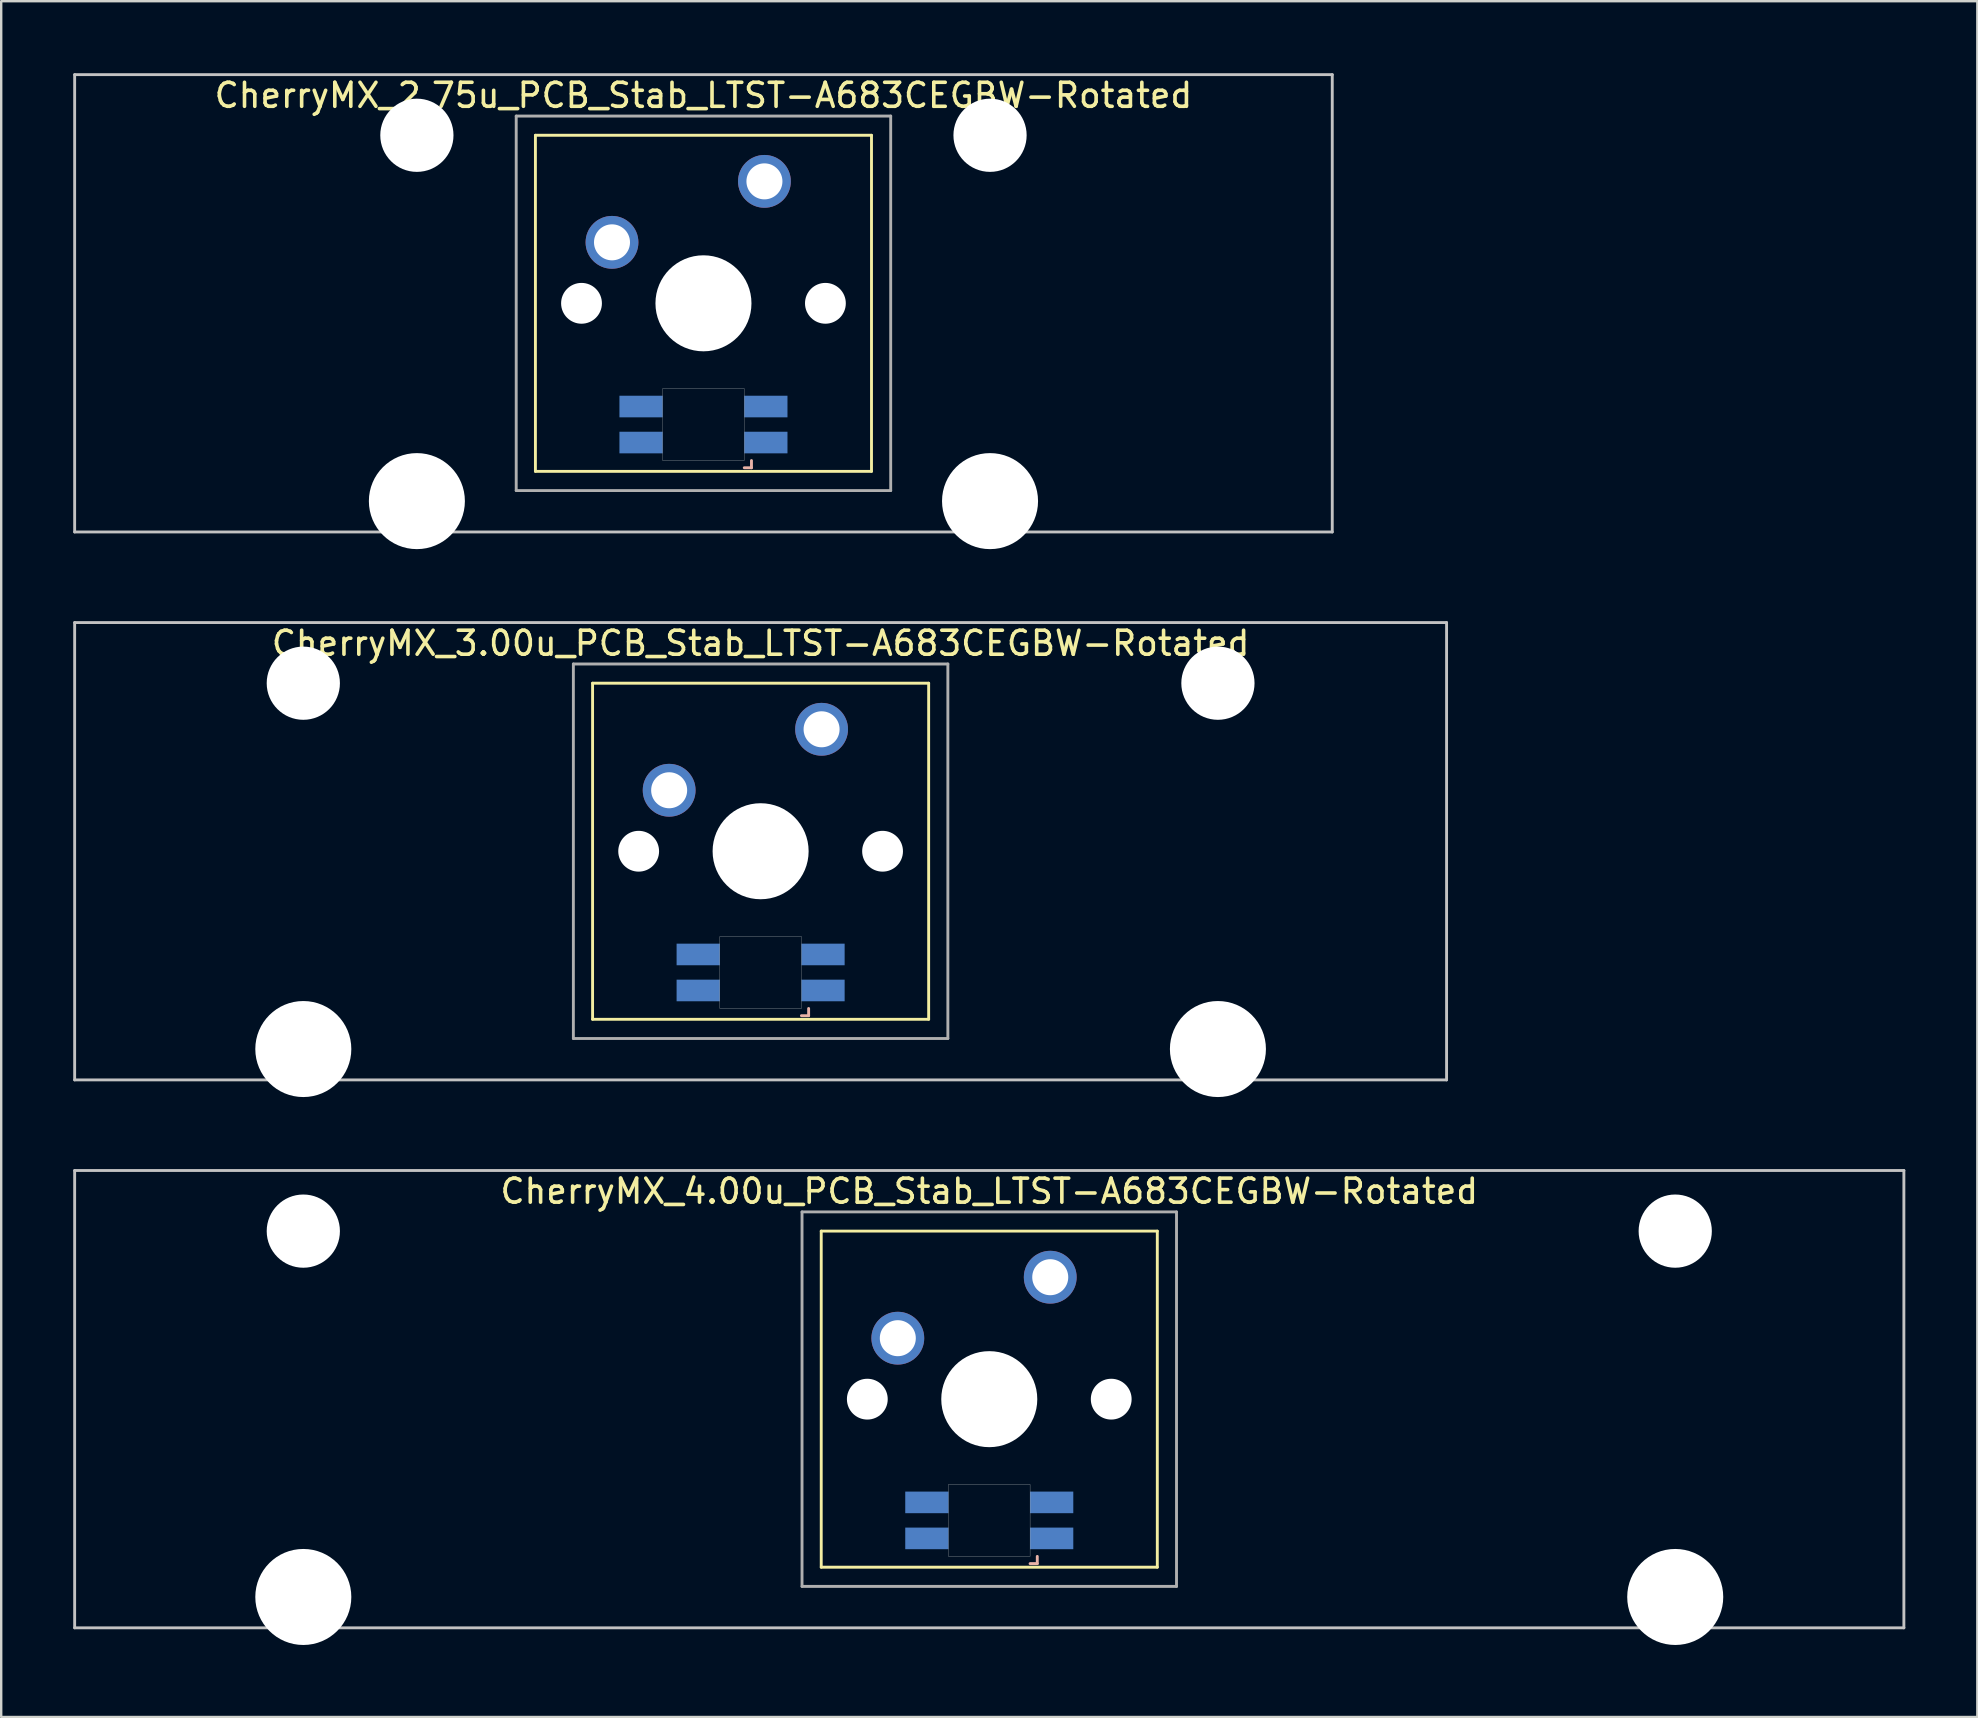
<source format=kicad_pcb>
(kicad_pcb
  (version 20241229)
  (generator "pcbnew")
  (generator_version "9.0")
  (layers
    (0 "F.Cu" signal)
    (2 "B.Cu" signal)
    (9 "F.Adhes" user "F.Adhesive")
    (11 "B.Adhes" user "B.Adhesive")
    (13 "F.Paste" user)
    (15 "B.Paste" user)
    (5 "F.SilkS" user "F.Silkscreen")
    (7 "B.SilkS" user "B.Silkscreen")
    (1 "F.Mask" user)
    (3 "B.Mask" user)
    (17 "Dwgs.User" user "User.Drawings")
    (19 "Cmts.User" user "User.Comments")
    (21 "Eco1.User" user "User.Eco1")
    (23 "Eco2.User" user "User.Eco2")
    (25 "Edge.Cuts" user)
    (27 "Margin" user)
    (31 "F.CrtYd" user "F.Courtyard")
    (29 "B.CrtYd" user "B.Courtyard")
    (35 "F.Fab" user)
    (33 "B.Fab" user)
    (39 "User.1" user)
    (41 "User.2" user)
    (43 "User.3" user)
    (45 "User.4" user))
  (footprint "CherryMX_4.00u_PCB_Stab_LTST-A683CEGBW-Rotated"
    (layer "F.Cu")
    (at 38.16 55.235)
    (property "Reference" "CherryMX_4.00u_PCB_Stab_LTST-A683CEGBW-Rotated" (at 0 -8.662 0) (layer "F.SilkS") (effects (font (size 1 1) (thickness 0.15))))
    (attr through_hole)
    (fp_line (start -7 -7) (end -7 7) (stroke (width 0.12) (type solid)) (layer "F.SilkS"))
    (fp_line (start -7 -7) (end 7 -7) (stroke (width 0.12) (type solid)) (layer "F.SilkS"))
    (fp_line (start 7 -7) (end 7 7) (stroke (width 0.12) (type solid)) (layer "F.SilkS"))
    (fp_line (start 7 7) (end -7 7) (stroke (width 0.12) (type solid)) (layer "F.SilkS"))
    (fp_line (start 1.7 6.85) (end 2 6.85) (stroke (width 0.12) (type solid)) (layer "B.SilkS"))
    (fp_line (start 2 6.85) (end 2 6.55) (stroke (width 0.12) (type solid)) (layer "B.SilkS"))
    (fp_line (start -38.1 -9.525) (end 38.1 -9.525) (stroke (width 0.12) (type solid)) (layer "Dwgs.User"))
    (fp_line (start -38.1 9.525) (end -38.1 -9.525) (stroke (width 0.12) (type solid)) (layer "Dwgs.User"))
    (fp_line (start 38.1 -9.525) (end 38.1 9.525) (stroke (width 0.12) (type solid)) (layer "Dwgs.User"))
    (fp_line (start 38.1 9.525) (end -38.1 9.525) (stroke (width 0.12) (type solid)) (layer "Dwgs.User"))
    (fp_poly (pts (xy -1.7 3.55) (xy 1.7 3.55) (xy 1.7 6.55) (xy -1.7 6.55)) (stroke (width 0.01) (type solid)) (fill no) (layer "Edge.Cuts"))
    (fp_line (start -7.8 -7.8) (end -7.8 7.8) (stroke (width 0.12) (type solid)) (layer "F.Fab"))
    (fp_line (start -7.8 -7.8) (end 7.8 -7.8) (stroke (width 0.12) (type solid)) (layer "F.Fab"))
    (fp_line (start -7.8 7.8) (end 7.8 7.8) (stroke (width 0.12) (type solid)) (layer "F.Fab"))
    (fp_line (start 7.8 -7.8) (end 7.8 7.8) (stroke (width 0.12) (type solid)) (layer "F.Fab"))
    (pad "" np_thru_hole circle (at -28.575 -7) (size 3.05 3.05) (drill 3.05) (layers "*.Cu" "*.Mask"))
    (pad "" np_thru_hole circle (at -28.575 8.24) (size 4 4) (drill 4) (layers "*.Cu" "*.Mask"))
    (pad "" np_thru_hole circle (at -5.08 0) (size 1.7 1.7) (drill 1.7) (layers "*.Cu" "*.Mask"))
    (pad "" np_thru_hole circle (at 0 0) (size 4 4) (drill 4) (layers "*.Cu" "*.Mask"))
    (pad "" np_thru_hole circle (at 5.08 0) (size 1.7 1.7) (drill 1.7) (layers "*.Cu" "*.Mask"))
    (pad "" np_thru_hole circle (at 28.575 -7) (size 3.05 3.05) (drill 3.05) (layers "*.Cu" "*.Mask"))
    (pad "" np_thru_hole circle (at 28.575 8.24) (size 4 4) (drill 4) (layers "*.Cu" "*.Mask"))
    (pad "1" thru_hole circle (at -3.81 -2.54) (size 2.2 2.2) (drill 1.5) (layers "*.Cu" "*.Mask"))
    (pad "2" thru_hole circle (at 2.54 -5.08) (size 2.2 2.2) (drill 1.5) (layers "*.Cu" "*.Mask"))
    (pad "3" smd rect (at 2.6 5.8 180) (size 1.8 0.9) (layers "B.Cu" "B.Mask" "B.Paste"))
    (pad "4" smd rect (at 2.6 4.3 180) (size 1.8 0.9) (layers "B.Cu" "B.Mask" "B.Paste"))
    (pad "5" smd rect (at -2.6 5.8 180) (size 1.8 0.9) (layers "B.Cu" "B.Mask" "B.Paste"))
    (pad "6" smd rect (at -2.6 4.3 180) (size 1.8 0.9) (layers "B.Cu" "B.Mask" "B.Paste")))
  (footprint "CherryMX_2.75u_PCB_Stab_LTST-A683CEGBW-Rotated"
    (layer "F.Cu")
    (at 26.254 9.585)
    (property "Reference" "CherryMX_2.75u_PCB_Stab_LTST-A683CEGBW-Rotated" (at 0 -8.662 0) (layer "F.SilkS") (effects (font (size 1 1) (thickness 0.15))))
    (attr through_hole)
    (fp_line (start -7 -7) (end -7 7) (stroke (width 0.12) (type solid)) (layer "F.SilkS"))
    (fp_line (start -7 -7) (end 7 -7) (stroke (width 0.12) (type solid)) (layer "F.SilkS"))
    (fp_line (start 7 -7) (end 7 7) (stroke (width 0.12) (type solid)) (layer "F.SilkS"))
    (fp_line (start 7 7) (end -7 7) (stroke (width 0.12) (type solid)) (layer "F.SilkS"))
    (fp_line (start 1.7 6.85) (end 2 6.85) (stroke (width 0.12) (type solid)) (layer "B.SilkS"))
    (fp_line (start 2 6.85) (end 2 6.55) (stroke (width 0.12) (type solid)) (layer "B.SilkS"))
    (fp_line (start -26.194 -9.525) (end 26.194 -9.525) (stroke (width 0.12) (type solid)) (layer "Dwgs.User"))
    (fp_line (start -26.194 9.525) (end -26.194 -9.525) (stroke (width 0.12) (type solid)) (layer "Dwgs.User"))
    (fp_line (start 26.194 -9.525) (end 26.194 9.525) (stroke (width 0.12) (type solid)) (layer "Dwgs.User"))
    (fp_line (start 26.194 9.525) (end -26.194 9.525) (stroke (width 0.12) (type solid)) (layer "Dwgs.User"))
    (fp_poly (pts (xy -1.7 3.55) (xy 1.7 3.55) (xy 1.7 6.55) (xy -1.7 6.55)) (stroke (width 0.01) (type solid)) (fill no) (layer "Edge.Cuts"))
    (fp_line (start -7.8 -7.8) (end -7.8 7.8) (stroke (width 0.12) (type solid)) (layer "F.Fab"))
    (fp_line (start -7.8 -7.8) (end 7.8 -7.8) (stroke (width 0.12) (type solid)) (layer "F.Fab"))
    (fp_line (start -7.8 7.8) (end 7.8 7.8) (stroke (width 0.12) (type solid)) (layer "F.Fab"))
    (fp_line (start 7.8 -7.8) (end 7.8 7.8) (stroke (width 0.12) (type solid)) (layer "F.Fab"))
    (pad "" np_thru_hole circle (at -11.938 -7) (size 3.05 3.05) (drill 3.05) (layers "*.Cu" "*.Mask"))
    (pad "" np_thru_hole circle (at -11.938 8.24) (size 4 4) (drill 4) (layers "*.Cu" "*.Mask"))
    (pad "" np_thru_hole circle (at -5.08 0) (size 1.7 1.7) (drill 1.7) (layers "*.Cu" "*.Mask"))
    (pad "" np_thru_hole circle (at 0 0) (size 4 4) (drill 4) (layers "*.Cu" "*.Mask"))
    (pad "" np_thru_hole circle (at 5.08 0) (size 1.7 1.7) (drill 1.7) (layers "*.Cu" "*.Mask"))
    (pad "" np_thru_hole circle (at 11.938 -7) (size 3.05 3.05) (drill 3.05) (layers "*.Cu" "*.Mask"))
    (pad "" np_thru_hole circle (at 11.938 8.24) (size 4 4) (drill 4) (layers "*.Cu" "*.Mask"))
    (pad "1" thru_hole circle (at -3.81 -2.54) (size 2.2 2.2) (drill 1.5) (layers "*.Cu" "*.Mask"))
    (pad "2" thru_hole circle (at 2.54 -5.08) (size 2.2 2.2) (drill 1.5) (layers "*.Cu" "*.Mask"))
    (pad "3" smd rect (at 2.6 5.8 180) (size 1.8 0.9) (layers "B.Cu" "B.Mask" "B.Paste"))
    (pad "4" smd rect (at 2.6 4.3 180) (size 1.8 0.9) (layers "B.Cu" "B.Mask" "B.Paste"))
    (pad "5" smd rect (at -2.6 5.8 180) (size 1.8 0.9) (layers "B.Cu" "B.Mask" "B.Paste"))
    (pad "6" smd rect (at -2.6 4.3 180) (size 1.8 0.9) (layers "B.Cu" "B.Mask" "B.Paste")))
  (footprint "CherryMX_3.00u_PCB_Stab_LTST-A683CEGBW-Rotated"
    (layer "F.Cu")
    (at 28.635 32.41)
    (property "Reference" "CherryMX_3.00u_PCB_Stab_LTST-A683CEGBW-Rotated" (at 0 -8.662 0) (layer "F.SilkS") (effects (font (size 1 1) (thickness 0.15))))
    (attr through_hole)
    (fp_line (start -7 -7) (end -7 7) (stroke (width 0.12) (type solid)) (layer "F.SilkS"))
    (fp_line (start -7 -7) (end 7 -7) (stroke (width 0.12) (type solid)) (layer "F.SilkS"))
    (fp_line (start 7 -7) (end 7 7) (stroke (width 0.12) (type solid)) (layer "F.SilkS"))
    (fp_line (start 7 7) (end -7 7) (stroke (width 0.12) (type solid)) (layer "F.SilkS"))
    (fp_line (start 1.7 6.85) (end 2 6.85) (stroke (width 0.12) (type solid)) (layer "B.SilkS"))
    (fp_line (start 2 6.85) (end 2 6.55) (stroke (width 0.12) (type solid)) (layer "B.SilkS"))
    (fp_line (start -28.575 -9.525) (end 28.575 -9.525) (stroke (width 0.12) (type solid)) (layer "Dwgs.User"))
    (fp_line (start -28.575 9.525) (end -28.575 -9.525) (stroke (width 0.12) (type solid)) (layer "Dwgs.User"))
    (fp_line (start 28.575 -9.525) (end 28.575 9.525) (stroke (width 0.12) (type solid)) (layer "Dwgs.User"))
    (fp_line (start 28.575 9.525) (end -28.575 9.525) (stroke (width 0.12) (type solid)) (layer "Dwgs.User"))
    (fp_poly (pts (xy -1.7 3.55) (xy 1.7 3.55) (xy 1.7 6.55) (xy -1.7 6.55)) (stroke (width 0.01) (type solid)) (fill no) (layer "Edge.Cuts"))
    (fp_line (start -7.8 -7.8) (end -7.8 7.8) (stroke (width 0.12) (type solid)) (layer "F.Fab"))
    (fp_line (start -7.8 -7.8) (end 7.8 -7.8) (stroke (width 0.12) (type solid)) (layer "F.Fab"))
    (fp_line (start -7.8 7.8) (end 7.8 7.8) (stroke (width 0.12) (type solid)) (layer "F.Fab"))
    (fp_line (start 7.8 -7.8) (end 7.8 7.8) (stroke (width 0.12) (type solid)) (layer "F.Fab"))
    (pad "" np_thru_hole circle (at -19.05 -7) (size 3.05 3.05) (drill 3.05) (layers "*.Cu" "*.Mask"))
    (pad "" np_thru_hole circle (at -19.05 8.24) (size 4 4) (drill 4) (layers "*.Cu" "*.Mask"))
    (pad "" np_thru_hole circle (at -5.08 0) (size 1.7 1.7) (drill 1.7) (layers "*.Cu" "*.Mask"))
    (pad "" np_thru_hole circle (at 0 0) (size 4 4) (drill 4) (layers "*.Cu" "*.Mask"))
    (pad "" np_thru_hole circle (at 5.08 0) (size 1.7 1.7) (drill 1.7) (layers "*.Cu" "*.Mask"))
    (pad "" np_thru_hole circle (at 19.05 -7) (size 3.05 3.05) (drill 3.05) (layers "*.Cu" "*.Mask"))
    (pad "" np_thru_hole circle (at 19.05 8.24) (size 4 4) (drill 4) (layers "*.Cu" "*.Mask"))
    (pad "1" thru_hole circle (at -3.81 -2.54) (size 2.2 2.2) (drill 1.5) (layers "*.Cu" "*.Mask"))
    (pad "2" thru_hole circle (at 2.54 -5.08) (size 2.2 2.2) (drill 1.5) (layers "*.Cu" "*.Mask"))
    (pad "3" smd rect (at 2.6 5.8 180) (size 1.8 0.9) (layers "B.Cu" "B.Mask" "B.Paste"))
    (pad "4" smd rect (at 2.6 4.3 180) (size 1.8 0.9) (layers "B.Cu" "B.Mask" "B.Paste"))
    (pad "5" smd rect (at -2.6 5.8 180) (size 1.8 0.9) (layers "B.Cu" "B.Mask" "B.Paste"))
    (pad "6" smd rect (at -2.6 4.3 180) (size 1.8 0.9) (layers "B.Cu" "B.Mask" "B.Paste")))
  (gr_rect
    (start -3 -3)
    (end 79.32 68.475)
    (stroke (width 0.1) (type default))
    (fill no)
    (layer "Edge.Cuts")))
</source>
